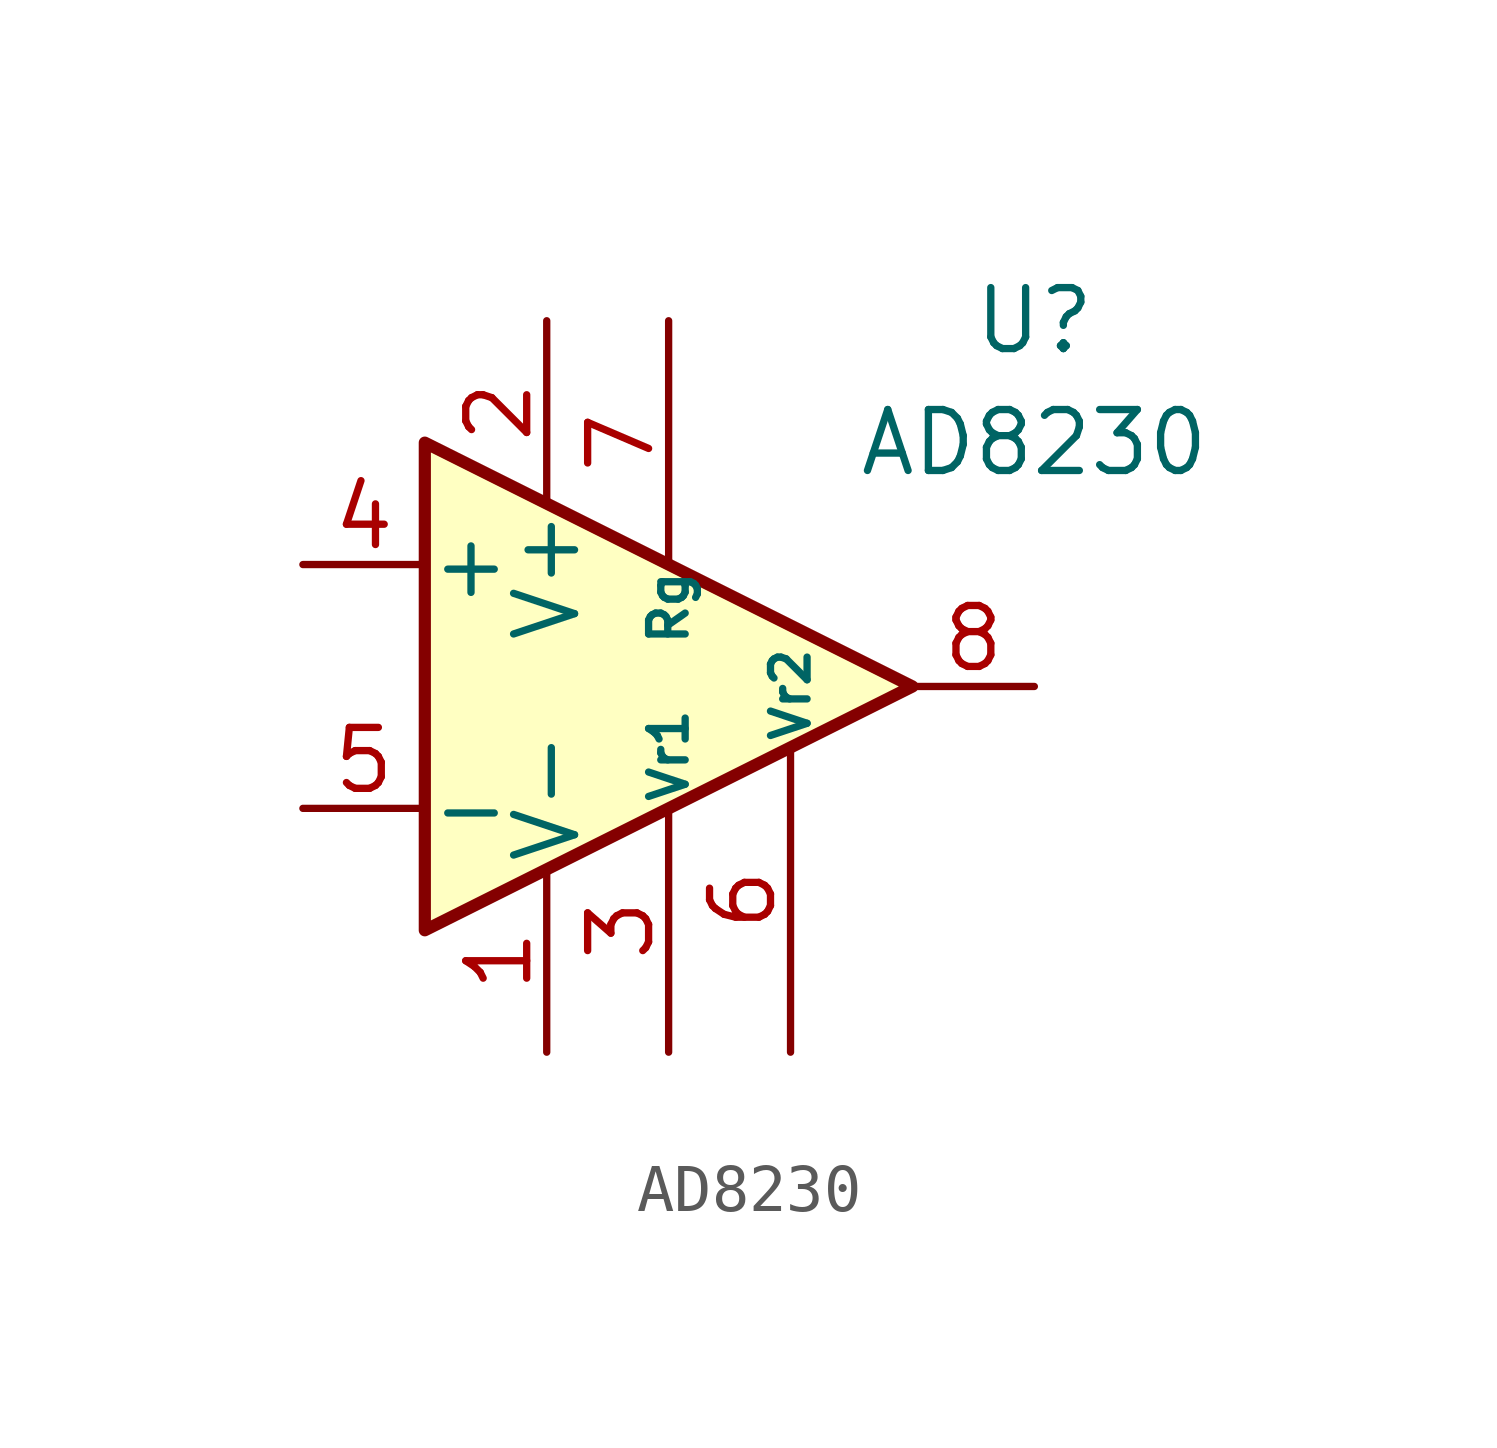
<source format=kicad_sym>
(kicad_symbol_lib
  (version 20201005)
  (generator kicad_symbol_editor)
  (symbol "AD8230"
    (pin_names
      (offset 0.076))
    (property "Reference" "U"
      (at 7.62 7.62 0)
      (effects (font (size 1.27 1.27))))
    (property "Value" "AD8230"
      (at 7.62 5.08 0)
      (effects (font (size 1.27 1.27))))
    (symbol "AD8230_0_1"
      (polyline (pts (xy -5.08 5.08) (xy -5.08 0) (xy -5.08 -5.08) (xy 5.08 0) (xy -5.08 5.08)) (stroke (width 0.254)) (fill (type background))))
    (symbol "AD8230_1_1"
      (pin power_in line (at -2.54 -7.62 90) (length 3.81) (name "V-" (effects (font (size 1.27 1.27)))) (number "1" (effects (font (size 1.27 1.27)))))
      (pin power_in line (at -2.54 7.62 270) (length 3.81) (name "V+" (effects (font (size 1.27 1.27)))) (number "2" (effects (font (size 1.27 1.27)))))
      (pin input line (at 0 -7.62 90) (length 5.08) (name "Vr1" (effects (font (size 0.762 0.762)))) (number "3" (effects (font (size 1.27 1.27)))))
      (pin input line (at -7.62 2.54 0) (length 2.54) (name "+" (effects (font (size 1.27 1.27)))) (number "4" (effects (font (size 1.27 1.27)))))
      (pin input line (at -7.62 -2.54 0) (length 2.54) (name "-" (effects (font (size 1.27 1.27)))) (number "5" (effects (font (size 1.27 1.27)))))
      (pin input line (at 2.54 -7.62 90) (length 6.35) (name "Vr2" (effects (font (size 0.762 0.762)))) (number "6" (effects (font (size 1.27 1.27)))))
      (pin output line (at 0 7.62 270) (length 5.08) (name "Rg" (effects (font (size 0.762 0.762)))) (number "7" (effects (font (size 1.27 1.27)))))
      (pin output line (at 7.62 0 180) (length 2.54) (name "~" (effects (font (size 1.27 1.27)))) (number "8" (effects (font (size 1.27 1.27))))))))
</source>
